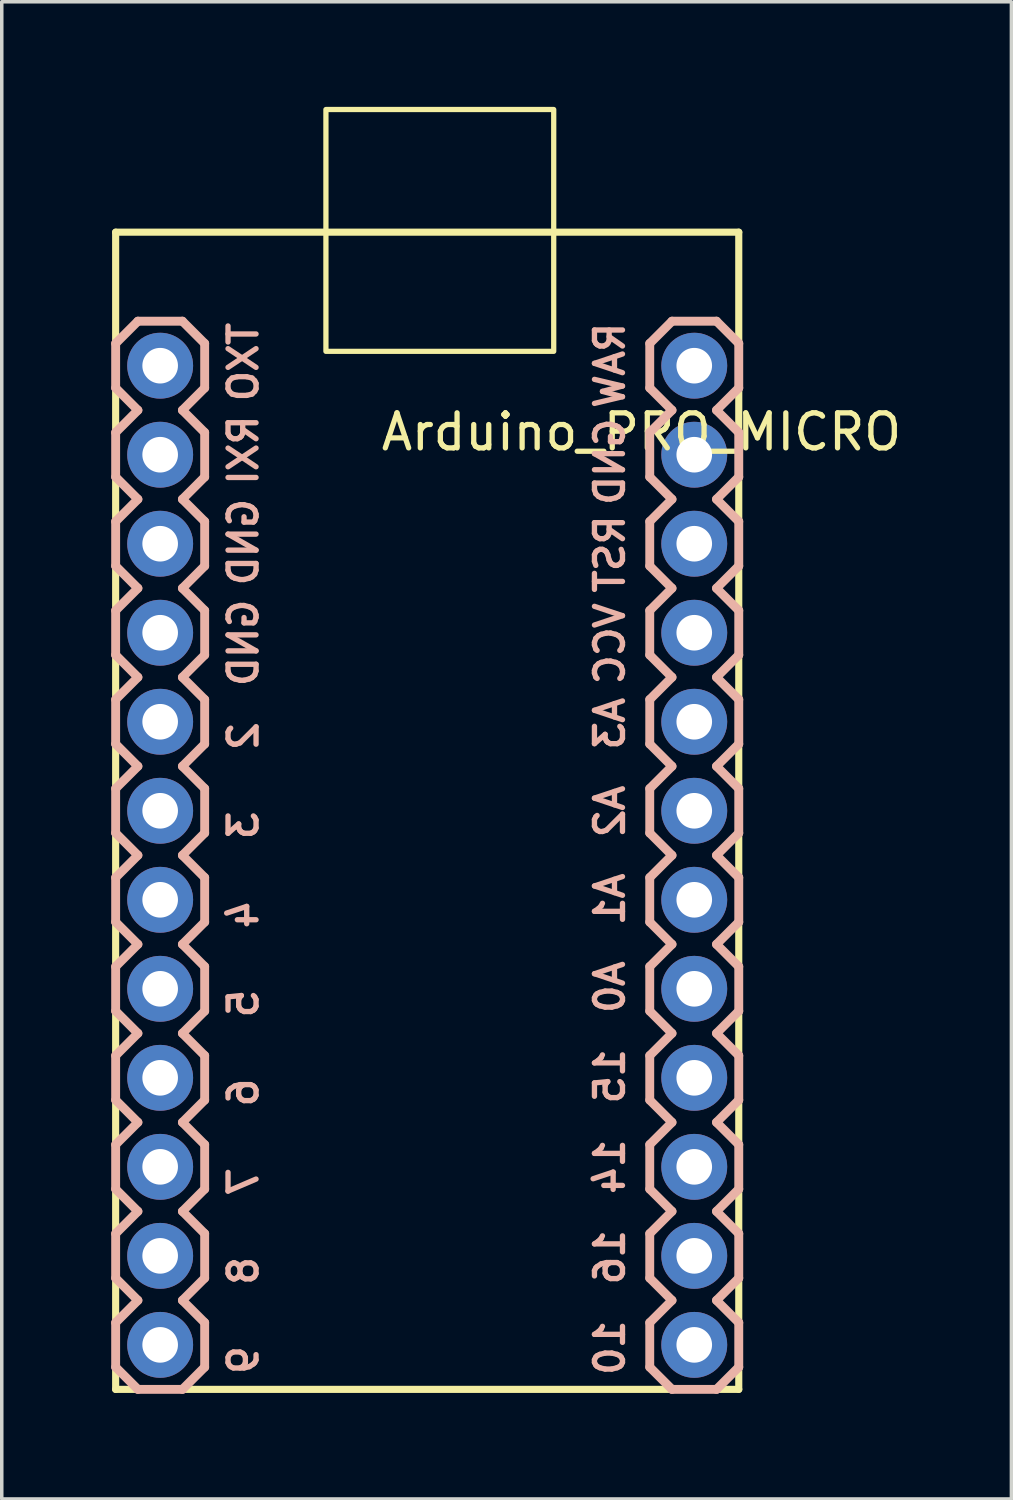
<source format=kicad_pcb>
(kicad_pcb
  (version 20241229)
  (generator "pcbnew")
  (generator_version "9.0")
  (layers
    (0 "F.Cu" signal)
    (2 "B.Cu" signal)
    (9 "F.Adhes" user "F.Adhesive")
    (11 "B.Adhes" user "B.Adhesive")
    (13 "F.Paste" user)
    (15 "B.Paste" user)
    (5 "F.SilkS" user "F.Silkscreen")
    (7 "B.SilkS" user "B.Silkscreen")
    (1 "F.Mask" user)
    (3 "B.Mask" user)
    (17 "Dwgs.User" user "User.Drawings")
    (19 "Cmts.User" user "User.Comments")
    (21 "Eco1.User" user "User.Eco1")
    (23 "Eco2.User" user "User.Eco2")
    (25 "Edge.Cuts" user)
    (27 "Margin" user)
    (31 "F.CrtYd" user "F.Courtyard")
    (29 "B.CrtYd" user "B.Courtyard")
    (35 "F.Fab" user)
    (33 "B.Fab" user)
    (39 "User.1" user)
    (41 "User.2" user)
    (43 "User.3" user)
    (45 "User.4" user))
  (footprint "Arduino_PRO_MICRO"
    (layer "F.Cu")
    (at 0.25 3.575)
    (property "Reference" "Arduino_PRO_MICRO" (at 7.5 5.7 0) (layer "F.SilkS") (effects (font (size 1 1) (thickness 0.15)) (justify left)))
    (attr through_hole)
    (fp_line (start 0 0) (end 0 33.02) (stroke (width 0.203) (type solid)) (layer "F.SilkS"))
    (fp_line (start 0 33.02) (end 17.78 33.02) (stroke (width 0.203) (type solid)) (layer "F.SilkS"))
    (fp_line (start 17.78 0) (end 0 0) (stroke (width 0.203) (type solid)) (layer "F.SilkS"))
    (fp_line (start 17.78 33.02) (end 17.78 0) (stroke (width 0.203) (type solid)) (layer "F.SilkS"))
    (fp_rect (start 6 -3.5) (end 12.5 3.4) (stroke (width 0.15) (type solid)) (fill no) (layer "F.SilkS"))
    (fp_line (start 0 3.175) (end 0 4.445) (stroke (width 0.254) (type solid)) (layer "B.SilkS"))
    (fp_line (start 0 4.445) (end 0.635 5.08) (stroke (width 0.254) (type solid)) (layer "B.SilkS"))
    (fp_line (start 0 5.715) (end 0 6.985) (stroke (width 0.254) (type solid)) (layer "B.SilkS"))
    (fp_line (start 0 6.985) (end 0.635 7.62) (stroke (width 0.254) (type solid)) (layer "B.SilkS"))
    (fp_line (start 0 8.255) (end 0 9.525) (stroke (width 0.254) (type solid)) (layer "B.SilkS"))
    (fp_line (start 0 9.525) (end 0.635 10.16) (stroke (width 0.254) (type solid)) (layer "B.SilkS"))
    (fp_line (start 0 10.795) (end 0 12.065) (stroke (width 0.254) (type solid)) (layer "B.SilkS"))
    (fp_line (start 0 12.065) (end 0.635 12.7) (stroke (width 0.254) (type solid)) (layer "B.SilkS"))
    (fp_line (start 0 13.335) (end 0 14.605) (stroke (width 0.254) (type solid)) (layer "B.SilkS"))
    (fp_line (start 0 14.605) (end 0.635 15.24) (stroke (width 0.254) (type solid)) (layer "B.SilkS"))
    (fp_line (start 0 15.875) (end 0 17.145) (stroke (width 0.254) (type solid)) (layer "B.SilkS"))
    (fp_line (start 0 17.145) (end 0.635 17.78) (stroke (width 0.254) (type solid)) (layer "B.SilkS"))
    (fp_line (start 0 18.415) (end 0 19.685) (stroke (width 0.254) (type solid)) (layer "B.SilkS"))
    (fp_line (start 0 19.685) (end 0.635 20.32) (stroke (width 0.254) (type solid)) (layer "B.SilkS"))
    (fp_line (start 0 20.955) (end 0 22.225) (stroke (width 0.254) (type solid)) (layer "B.SilkS"))
    (fp_line (start 0 22.225) (end 0.635 22.86) (stroke (width 0.254) (type solid)) (layer "B.SilkS"))
    (fp_line (start 0 23.495) (end 0 24.765) (stroke (width 0.254) (type solid)) (layer "B.SilkS"))
    (fp_line (start 0 24.765) (end 0.635 25.4) (stroke (width 0.254) (type solid)) (layer "B.SilkS"))
    (fp_line (start 0 26.035) (end 0 27.305) (stroke (width 0.254) (type solid)) (layer "B.SilkS"))
    (fp_line (start 0 27.305) (end 0.635 27.94) (stroke (width 0.254) (type solid)) (layer "B.SilkS"))
    (fp_line (start 0 28.575) (end 0 29.845) (stroke (width 0.254) (type solid)) (layer "B.SilkS"))
    (fp_line (start 0 29.845) (end 0.635 30.48) (stroke (width 0.254) (type solid)) (layer "B.SilkS"))
    (fp_line (start 0 31.115) (end 0 32.385) (stroke (width 0.254) (type solid)) (layer "B.SilkS"))
    (fp_line (start 0 32.385) (end 0.635 33.02) (stroke (width 0.254) (type solid)) (layer "B.SilkS"))
    (fp_line (start 0.635 2.54) (end 0 3.175) (stroke (width 0.254) (type solid)) (layer "B.SilkS"))
    (fp_line (start 0.635 5.08) (end 0 5.715) (stroke (width 0.254) (type solid)) (layer "B.SilkS"))
    (fp_line (start 0.635 7.62) (end 0 8.255) (stroke (width 0.254) (type solid)) (layer "B.SilkS"))
    (fp_line (start 0.635 10.16) (end 0 10.795) (stroke (width 0.254) (type solid)) (layer "B.SilkS"))
    (fp_line (start 0.635 12.7) (end 0 13.335) (stroke (width 0.254) (type solid)) (layer "B.SilkS"))
    (fp_line (start 0.635 15.24) (end 0 15.875) (stroke (width 0.254) (type solid)) (layer "B.SilkS"))
    (fp_line (start 0.635 17.78) (end 0 18.415) (stroke (width 0.254) (type solid)) (layer "B.SilkS"))
    (fp_line (start 0.635 20.32) (end 0 20.955) (stroke (width 0.254) (type solid)) (layer "B.SilkS"))
    (fp_line (start 0.635 22.86) (end 0 23.495) (stroke (width 0.254) (type solid)) (layer "B.SilkS"))
    (fp_line (start 0.635 25.4) (end 0 26.035) (stroke (width 0.254) (type solid)) (layer "B.SilkS"))
    (fp_line (start 0.635 27.94) (end 0 28.575) (stroke (width 0.254) (type solid)) (layer "B.SilkS"))
    (fp_line (start 0.635 30.48) (end 0 31.115) (stroke (width 0.254) (type solid)) (layer "B.SilkS"))
    (fp_line (start 0.635 33.02) (end 1.905 33.02) (stroke (width 0.254) (type solid)) (layer "B.SilkS"))
    (fp_line (start 1.905 2.54) (end 0.635 2.54) (stroke (width 0.254) (type solid)) (layer "B.SilkS"))
    (fp_line (start 1.905 5.08) (end 2.54 4.445) (stroke (width 0.254) (type solid)) (layer "B.SilkS"))
    (fp_line (start 1.905 7.62) (end 2.54 6.985) (stroke (width 0.254) (type solid)) (layer "B.SilkS"))
    (fp_line (start 1.905 10.16) (end 2.54 9.525) (stroke (width 0.254) (type solid)) (layer "B.SilkS"))
    (fp_line (start 1.905 12.7) (end 2.54 12.065) (stroke (width 0.254) (type solid)) (layer "B.SilkS"))
    (fp_line (start 1.905 15.24) (end 2.54 14.605) (stroke (width 0.254) (type solid)) (layer "B.SilkS"))
    (fp_line (start 1.905 17.78) (end 2.54 17.145) (stroke (width 0.254) (type solid)) (layer "B.SilkS"))
    (fp_line (start 1.905 20.32) (end 2.54 19.685) (stroke (width 0.254) (type solid)) (layer "B.SilkS"))
    (fp_line (start 1.905 22.86) (end 2.54 22.225) (stroke (width 0.254) (type solid)) (layer "B.SilkS"))
    (fp_line (start 1.905 25.4) (end 2.54 24.765) (stroke (width 0.254) (type solid)) (layer "B.SilkS"))
    (fp_line (start 1.905 27.94) (end 2.54 27.305) (stroke (width 0.254) (type solid)) (layer "B.SilkS"))
    (fp_line (start 1.905 30.48) (end 2.54 29.845) (stroke (width 0.254) (type solid)) (layer "B.SilkS"))
    (fp_line (start 1.905 33.02) (end 2.54 32.385) (stroke (width 0.254) (type solid)) (layer "B.SilkS"))
    (fp_line (start 2.54 3.175) (end 1.905 2.54) (stroke (width 0.254) (type solid)) (layer "B.SilkS"))
    (fp_line (start 2.54 4.445) (end 2.54 3.175) (stroke (width 0.254) (type solid)) (layer "B.SilkS"))
    (fp_line (start 2.54 5.715) (end 1.905 5.08) (stroke (width 0.254) (type solid)) (layer "B.SilkS"))
    (fp_line (start 2.54 6.985) (end 2.54 5.715) (stroke (width 0.254) (type solid)) (layer "B.SilkS"))
    (fp_line (start 2.54 8.255) (end 1.905 7.62) (stroke (width 0.254) (type solid)) (layer "B.SilkS"))
    (fp_line (start 2.54 9.525) (end 2.54 8.255) (stroke (width 0.254) (type solid)) (layer "B.SilkS"))
    (fp_line (start 2.54 10.795) (end 1.905 10.16) (stroke (width 0.254) (type solid)) (layer "B.SilkS"))
    (fp_line (start 2.54 12.065) (end 2.54 10.795) (stroke (width 0.254) (type solid)) (layer "B.SilkS"))
    (fp_line (start 2.54 13.335) (end 1.905 12.7) (stroke (width 0.254) (type solid)) (layer "B.SilkS"))
    (fp_line (start 2.54 14.605) (end 2.54 13.335) (stroke (width 0.254) (type solid)) (layer "B.SilkS"))
    (fp_line (start 2.54 15.875) (end 1.905 15.24) (stroke (width 0.254) (type solid)) (layer "B.SilkS"))
    (fp_line (start 2.54 17.145) (end 2.54 15.875) (stroke (width 0.254) (type solid)) (layer "B.SilkS"))
    (fp_line (start 2.54 18.415) (end 1.905 17.78) (stroke (width 0.254) (type solid)) (layer "B.SilkS"))
    (fp_line (start 2.54 19.685) (end 2.54 18.415) (stroke (width 0.254) (type solid)) (layer "B.SilkS"))
    (fp_line (start 2.54 20.955) (end 1.905 20.32) (stroke (width 0.254) (type solid)) (layer "B.SilkS"))
    (fp_line (start 2.54 22.225) (end 2.54 20.955) (stroke (width 0.254) (type solid)) (layer "B.SilkS"))
    (fp_line (start 2.54 23.495) (end 1.905 22.86) (stroke (width 0.254) (type solid)) (layer "B.SilkS"))
    (fp_line (start 2.54 24.765) (end 2.54 23.495) (stroke (width 0.254) (type solid)) (layer "B.SilkS"))
    (fp_line (start 2.54 26.035) (end 1.905 25.4) (stroke (width 0.254) (type solid)) (layer "B.SilkS"))
    (fp_line (start 2.54 27.305) (end 2.54 26.035) (stroke (width 0.254) (type solid)) (layer "B.SilkS"))
    (fp_line (start 2.54 28.575) (end 1.905 27.94) (stroke (width 0.254) (type solid)) (layer "B.SilkS"))
    (fp_line (start 2.54 29.845) (end 2.54 28.575) (stroke (width 0.254) (type solid)) (layer "B.SilkS"))
    (fp_line (start 2.54 31.115) (end 1.905 30.48) (stroke (width 0.254) (type solid)) (layer "B.SilkS"))
    (fp_line (start 2.54 32.385) (end 2.54 31.115) (stroke (width 0.254) (type solid)) (layer "B.SilkS"))
    (fp_line (start 15.24 3.175) (end 15.24 4.445) (stroke (width 0.254) (type solid)) (layer "B.SilkS"))
    (fp_line (start 15.24 4.445) (end 15.875 5.08) (stroke (width 0.254) (type solid)) (layer "B.SilkS"))
    (fp_line (start 15.24 5.715) (end 15.24 6.985) (stroke (width 0.254) (type solid)) (layer "B.SilkS"))
    (fp_line (start 15.24 6.985) (end 15.875 7.62) (stroke (width 0.254) (type solid)) (layer "B.SilkS"))
    (fp_line (start 15.24 8.255) (end 15.24 9.525) (stroke (width 0.254) (type solid)) (layer "B.SilkS"))
    (fp_line (start 15.24 9.525) (end 15.875 10.16) (stroke (width 0.254) (type solid)) (layer "B.SilkS"))
    (fp_line (start 15.24 10.795) (end 15.24 12.065) (stroke (width 0.254) (type solid)) (layer "B.SilkS"))
    (fp_line (start 15.24 12.065) (end 15.875 12.7) (stroke (width 0.254) (type solid)) (layer "B.SilkS"))
    (fp_line (start 15.24 13.335) (end 15.24 14.605) (stroke (width 0.254) (type solid)) (layer "B.SilkS"))
    (fp_line (start 15.24 14.605) (end 15.875 15.24) (stroke (width 0.254) (type solid)) (layer "B.SilkS"))
    (fp_line (start 15.24 15.875) (end 15.24 17.145) (stroke (width 0.254) (type solid)) (layer "B.SilkS"))
    (fp_line (start 15.24 17.145) (end 15.875 17.78) (stroke (width 0.254) (type solid)) (layer "B.SilkS"))
    (fp_line (start 15.24 18.415) (end 15.24 19.685) (stroke (width 0.254) (type solid)) (layer "B.SilkS"))
    (fp_line (start 15.24 19.685) (end 15.875 20.32) (stroke (width 0.254) (type solid)) (layer "B.SilkS"))
    (fp_line (start 15.24 20.955) (end 15.24 22.225) (stroke (width 0.254) (type solid)) (layer "B.SilkS"))
    (fp_line (start 15.24 22.225) (end 15.875 22.86) (stroke (width 0.254) (type solid)) (layer "B.SilkS"))
    (fp_line (start 15.24 23.495) (end 15.24 24.765) (stroke (width 0.254) (type solid)) (layer "B.SilkS"))
    (fp_line (start 15.24 24.765) (end 15.875 25.4) (stroke (width 0.254) (type solid)) (layer "B.SilkS"))
    (fp_line (start 15.24 26.035) (end 15.24 27.305) (stroke (width 0.254) (type solid)) (layer "B.SilkS"))
    (fp_line (start 15.24 27.305) (end 15.875 27.94) (stroke (width 0.254) (type solid)) (layer "B.SilkS"))
    (fp_line (start 15.24 28.575) (end 15.24 29.845) (stroke (width 0.254) (type solid)) (layer "B.SilkS"))
    (fp_line (start 15.24 29.845) (end 15.875 30.48) (stroke (width 0.254) (type solid)) (layer "B.SilkS"))
    (fp_line (start 15.24 31.115) (end 15.24 32.385) (stroke (width 0.254) (type solid)) (layer "B.SilkS"))
    (fp_line (start 15.24 32.385) (end 15.875 33.02) (stroke (width 0.254) (type solid)) (layer "B.SilkS"))
    (fp_line (start 15.875 2.54) (end 15.24 3.175) (stroke (width 0.254) (type solid)) (layer "B.SilkS"))
    (fp_line (start 15.875 5.08) (end 15.24 5.715) (stroke (width 0.254) (type solid)) (layer "B.SilkS"))
    (fp_line (start 15.875 7.62) (end 15.24 8.255) (stroke (width 0.254) (type solid)) (layer "B.SilkS"))
    (fp_line (start 15.875 10.16) (end 15.24 10.795) (stroke (width 0.254) (type solid)) (layer "B.SilkS"))
    (fp_line (start 15.875 12.7) (end 15.24 13.335) (stroke (width 0.254) (type solid)) (layer "B.SilkS"))
    (fp_line (start 15.875 15.24) (end 15.24 15.875) (stroke (width 0.254) (type solid)) (layer "B.SilkS"))
    (fp_line (start 15.875 17.78) (end 15.24 18.415) (stroke (width 0.254) (type solid)) (layer "B.SilkS"))
    (fp_line (start 15.875 20.32) (end 15.24 20.955) (stroke (width 0.254) (type solid)) (layer "B.SilkS"))
    (fp_line (start 15.875 22.86) (end 15.24 23.495) (stroke (width 0.254) (type solid)) (layer "B.SilkS"))
    (fp_line (start 15.875 25.4) (end 15.24 26.035) (stroke (width 0.254) (type solid)) (layer "B.SilkS"))
    (fp_line (start 15.875 27.94) (end 15.24 28.575) (stroke (width 0.254) (type solid)) (layer "B.SilkS"))
    (fp_line (start 15.875 30.48) (end 15.24 31.115) (stroke (width 0.254) (type solid)) (layer "B.SilkS"))
    (fp_line (start 15.875 33.02) (end 17.145 33.02) (stroke (width 0.254) (type solid)) (layer "B.SilkS"))
    (fp_line (start 17.145 2.54) (end 15.875 2.54) (stroke (width 0.254) (type solid)) (layer "B.SilkS"))
    (fp_line (start 17.145 5.08) (end 17.78 4.445) (stroke (width 0.254) (type solid)) (layer "B.SilkS"))
    (fp_line (start 17.145 7.62) (end 17.78 6.985) (stroke (width 0.254) (type solid)) (layer "B.SilkS"))
    (fp_line (start 17.145 10.16) (end 17.78 9.525) (stroke (width 0.254) (type solid)) (layer "B.SilkS"))
    (fp_line (start 17.145 12.7) (end 17.78 12.065) (stroke (width 0.254) (type solid)) (layer "B.SilkS"))
    (fp_line (start 17.145 15.24) (end 17.78 14.605) (stroke (width 0.254) (type solid)) (layer "B.SilkS"))
    (fp_line (start 17.145 17.78) (end 17.78 17.145) (stroke (width 0.254) (type solid)) (layer "B.SilkS"))
    (fp_line (start 17.145 20.32) (end 17.78 19.685) (stroke (width 0.254) (type solid)) (layer "B.SilkS"))
    (fp_line (start 17.145 22.86) (end 17.78 22.225) (stroke (width 0.254) (type solid)) (layer "B.SilkS"))
    (fp_line (start 17.145 25.4) (end 17.78 24.765) (stroke (width 0.254) (type solid)) (layer "B.SilkS"))
    (fp_line (start 17.145 27.94) (end 17.78 27.305) (stroke (width 0.254) (type solid)) (layer "B.SilkS"))
    (fp_line (start 17.145 30.48) (end 17.78 29.845) (stroke (width 0.254) (type solid)) (layer "B.SilkS"))
    (fp_line (start 17.145 33.02) (end 17.78 32.385) (stroke (width 0.254) (type solid)) (layer "B.SilkS"))
    (fp_line (start 17.78 3.175) (end 17.145 2.54) (stroke (width 0.254) (type solid)) (layer "B.SilkS"))
    (fp_line (start 17.78 4.445) (end 17.78 3.175) (stroke (width 0.254) (type solid)) (layer "B.SilkS"))
    (fp_line (start 17.78 5.715) (end 17.145 5.08) (stroke (width 0.254) (type solid)) (layer "B.SilkS"))
    (fp_line (start 17.78 6.985) (end 17.78 5.715) (stroke (width 0.254) (type solid)) (layer "B.SilkS"))
    (fp_line (start 17.78 8.255) (end 17.145 7.62) (stroke (width 0.254) (type solid)) (layer "B.SilkS"))
    (fp_line (start 17.78 9.525) (end 17.78 8.255) (stroke (width 0.254) (type solid)) (layer "B.SilkS"))
    (fp_line (start 17.78 10.795) (end 17.145 10.16) (stroke (width 0.254) (type solid)) (layer "B.SilkS"))
    (fp_line (start 17.78 12.065) (end 17.78 10.795) (stroke (width 0.254) (type solid)) (layer "B.SilkS"))
    (fp_line (start 17.78 13.335) (end 17.145 12.7) (stroke (width 0.254) (type solid)) (layer "B.SilkS"))
    (fp_line (start 17.78 14.605) (end 17.78 13.335) (stroke (width 0.254) (type solid)) (layer "B.SilkS"))
    (fp_line (start 17.78 15.875) (end 17.145 15.24) (stroke (width 0.254) (type solid)) (layer "B.SilkS"))
    (fp_line (start 17.78 17.145) (end 17.78 15.875) (stroke (width 0.254) (type solid)) (layer "B.SilkS"))
    (fp_line (start 17.78 18.415) (end 17.145 17.78) (stroke (width 0.254) (type solid)) (layer "B.SilkS"))
    (fp_line (start 17.78 19.685) (end 17.78 18.415) (stroke (width 0.254) (type solid)) (layer "B.SilkS"))
    (fp_line (start 17.78 20.955) (end 17.145 20.32) (stroke (width 0.254) (type solid)) (layer "B.SilkS"))
    (fp_line (start 17.78 22.225) (end 17.78 20.955) (stroke (width 0.254) (type solid)) (layer "B.SilkS"))
    (fp_line (start 17.78 23.495) (end 17.145 22.86) (stroke (width 0.254) (type solid)) (layer "B.SilkS"))
    (fp_line (start 17.78 24.765) (end 17.78 23.495) (stroke (width 0.254) (type solid)) (layer "B.SilkS"))
    (fp_line (start 17.78 26.035) (end 17.145 25.4) (stroke (width 0.254) (type solid)) (layer "B.SilkS"))
    (fp_line (start 17.78 27.305) (end 17.78 26.035) (stroke (width 0.254) (type solid)) (layer "B.SilkS"))
    (fp_line (start 17.78 28.575) (end 17.145 27.94) (stroke (width 0.254) (type solid)) (layer "B.SilkS"))
    (fp_line (start 17.78 29.845) (end 17.78 28.575) (stroke (width 0.254) (type solid)) (layer "B.SilkS"))
    (fp_line (start 17.78 31.115) (end 17.145 30.48) (stroke (width 0.254) (type solid)) (layer "B.SilkS"))
    (fp_line (start 17.78 32.385) (end 17.78 31.115) (stroke (width 0.254) (type solid)) (layer "B.SilkS"))
    (fp_text user "2" (at 3.644 13.9 90) (layer "B.SilkS") (effects (font (size 0.8 0.8) (thickness 0.152)) (justify left mirror)))
    (fp_text user "6" (at 3.644 24.071 90) (layer "B.SilkS") (effects (font (size 0.8 0.8) (thickness 0.152)) (justify left mirror)))
    (fp_text user "16" (at 14.1 28.387 90) (layer "B.SilkS") (effects (font (size 0.8 0.8) (thickness 0.152)) (justify left mirror)))
    (fp_text user "7" (at 3.644 26.614 90) (layer "B.SilkS") (effects (font (size 0.8 0.8) (thickness 0.152)) (justify left mirror)))
    (fp_text user "14" (at 14.1 25.805 90) (layer "B.SilkS") (effects (font (size 0.8 0.8) (thickness 0.152)) (justify left mirror)))
    (fp_text user "4" (at 3.644 18.986 90) (layer "B.SilkS") (effects (font (size 0.8 0.8) (thickness 0.152)) (justify left mirror)))
    (fp_text user "A1" (at 14.1 18.212 90) (layer "B.SilkS") (effects (font (size 0.8 0.8) (thickness 0.152)) (justify left mirror)))
    (fp_text user "GND" (at 3.644 7.525 90) (layer "B.SilkS") (effects (font (size 0.8 0.8) (thickness 0.152)) (justify left mirror)))
    (fp_text user "GND" (at 14.1 5.23 90) (layer "B.SilkS") (effects (font (size 0.8 0.8) (thickness 0.152)) (justify left mirror)))
    (fp_text user "RXI" (at 3.644 5.146 90) (layer "B.SilkS") (effects (font (size 0.8 0.8) (thickness 0.152)) (justify left mirror)))
    (fp_text user "A2" (at 14.1 15.706 90) (layer "B.SilkS") (effects (font (size 0.8 0.8) (thickness 0.152)) (justify left mirror)))
    (fp_text user "RAW" (at 14.1 2.5 90) (layer "B.SilkS") (effects (font (size 0.8 0.8) (thickness 0.152)) (justify left mirror)))
    (fp_text user "15" (at 14.1 23.223 90) (layer "B.SilkS") (effects (font (size 0.8 0.8) (thickness 0.152)) (justify left mirror)))
    (fp_text user "3" (at 3.644 16.443 90) (layer "B.SilkS") (effects (font (size 0.8 0.8) (thickness 0.152)) (justify left mirror)))
    (fp_text user "TXO" (at 3.644 2.5 90) (layer "B.SilkS") (effects (font (size 0.8 0.8) (thickness 0.152)) (justify left mirror)))
    (fp_text user "8" (at 3.644 29.157 90) (layer "B.SilkS") (effects (font (size 0.8 0.8) (thickness 0.152)) (justify left mirror)))
    (fp_text user "A3" (at 14.1 13.2 90) (layer "B.SilkS") (effects (font (size 0.8 0.8) (thickness 0.152)) (justify left mirror)))
    (fp_text user "GND" (at 3.644 10.4 90) (layer "B.SilkS") (effects (font (size 0.8 0.8) (thickness 0.152)) (justify left mirror)))
    (fp_text user "RST" (at 14.1 7.998 90) (layer "B.SilkS") (effects (font (size 0.8 0.8) (thickness 0.152)) (justify left mirror)))
    (fp_text user "9" (at 3.644 31.7 90) (layer "B.SilkS") (effects (font (size 0.8 0.8) (thickness 0.152)) (justify left mirror)))
    (fp_text user "10" (at 14.1 30.969 90) (layer "B.SilkS") (effects (font (size 0.8 0.8) (thickness 0.152)) (justify left mirror)))
    (fp_text user "VCC" (at 14.1 10.5 90) (layer "B.SilkS") (effects (font (size 0.8 0.8) (thickness 0.152)) (justify left mirror)))
    (fp_text user "A0" (at 14.1 20.717 90) (layer "B.SilkS") (effects (font (size 0.8 0.8) (thickness 0.152)) (justify left mirror)))
    (fp_text user "5" (at 3.644 21.529 90) (layer "B.SilkS") (effects (font (size 0.8 0.8) (thickness 0.152)) (justify left mirror)))
    (pad "1" thru_hole circle (at 1.27 31.75) (size 1.88 1.88) (drill 1.016) (layers "*.Cu" "*.Mask"))
    (pad "2" thru_hole circle (at 1.27 29.21) (size 1.88 1.88) (drill 1.016) (layers "*.Cu" "*.Mask"))
    (pad "3" thru_hole circle (at 1.27 26.67) (size 1.88 1.88) (drill 1.016) (layers "*.Cu" "*.Mask"))
    (pad "4" thru_hole circle (at 1.27 24.13) (size 1.88 1.88) (drill 1.016) (layers "*.Cu" "*.Mask"))
    (pad "5" thru_hole circle (at 1.27 21.59) (size 1.88 1.88) (drill 1.016) (layers "*.Cu" "*.Mask"))
    (pad "6" thru_hole circle (at 1.27 19.05) (size 1.88 1.88) (drill 1.016) (layers "*.Cu" "*.Mask"))
    (pad "7" thru_hole circle (at 1.27 16.51) (size 1.88 1.88) (drill 1.016) (layers "*.Cu" "*.Mask"))
    (pad "8" thru_hole circle (at 1.27 13.97) (size 1.88 1.88) (drill 1.016) (layers "*.Cu" "*.Mask"))
    (pad "9" thru_hole circle (at 1.27 11.43) (size 1.88 1.88) (drill 1.016) (layers "*.Cu" "*.Mask"))
    (pad "10" thru_hole circle (at 1.27 8.89) (size 1.88 1.88) (drill 1.016) (layers "*.Cu" "*.Mask"))
    (pad "11" thru_hole circle (at 1.27 6.35) (size 1.88 1.88) (drill 1.016) (layers "*.Cu" "*.Mask"))
    (pad "12" thru_hole circle (at 1.27 3.81) (size 1.88 1.88) (drill 1.016) (layers "*.Cu" "*.Mask"))
    (pad "13" thru_hole circle (at 16.51 3.81 180) (size 1.88 1.88) (drill 1.016) (layers "*.Cu" "*.Mask"))
    (pad "14" thru_hole circle (at 16.51 6.35 180) (size 1.88 1.88) (drill 1.016) (layers "*.Cu" "*.Mask"))
    (pad "15" thru_hole circle (at 16.51 8.89 180) (size 1.88 1.88) (drill 1.016) (layers "*.Cu" "*.Mask"))
    (pad "16" thru_hole circle (at 16.51 11.43 180) (size 1.88 1.88) (drill 1.016) (layers "*.Cu" "*.Mask"))
    (pad "17" thru_hole circle (at 16.51 13.97 180) (size 1.88 1.88) (drill 1.016) (layers "*.Cu" "*.Mask"))
    (pad "18" thru_hole circle (at 16.51 16.51 180) (size 1.88 1.88) (drill 1.016) (layers "*.Cu" "*.Mask"))
    (pad "19" thru_hole circle (at 16.51 19.05 180) (size 1.88 1.88) (drill 1.016) (layers "*.Cu" "*.Mask"))
    (pad "20" thru_hole circle (at 16.51 21.59 180) (size 1.88 1.88) (drill 1.016) (layers "*.Cu" "*.Mask"))
    (pad "21" thru_hole circle (at 16.51 24.13 180) (size 1.88 1.88) (drill 1.016) (layers "*.Cu" "*.Mask"))
    (pad "22" thru_hole circle (at 16.51 26.67 180) (size 1.88 1.88) (drill 1.016) (layers "*.Cu" "*.Mask"))
    (pad "23" thru_hole circle (at 16.51 29.21 180) (size 1.88 1.88) (drill 1.016) (layers "*.Cu" "*.Mask"))
    (pad "24" thru_hole circle (at 16.51 31.75 180) (size 1.88 1.88) (drill 1.016) (layers "*.Cu" "*.Mask")))
  (gr_rect
    (start -3 -3)
    (end 25.81 39.722)
    (stroke (width 0.1) (type default))
    (fill no)
    (layer "Edge.Cuts")))
</source>
